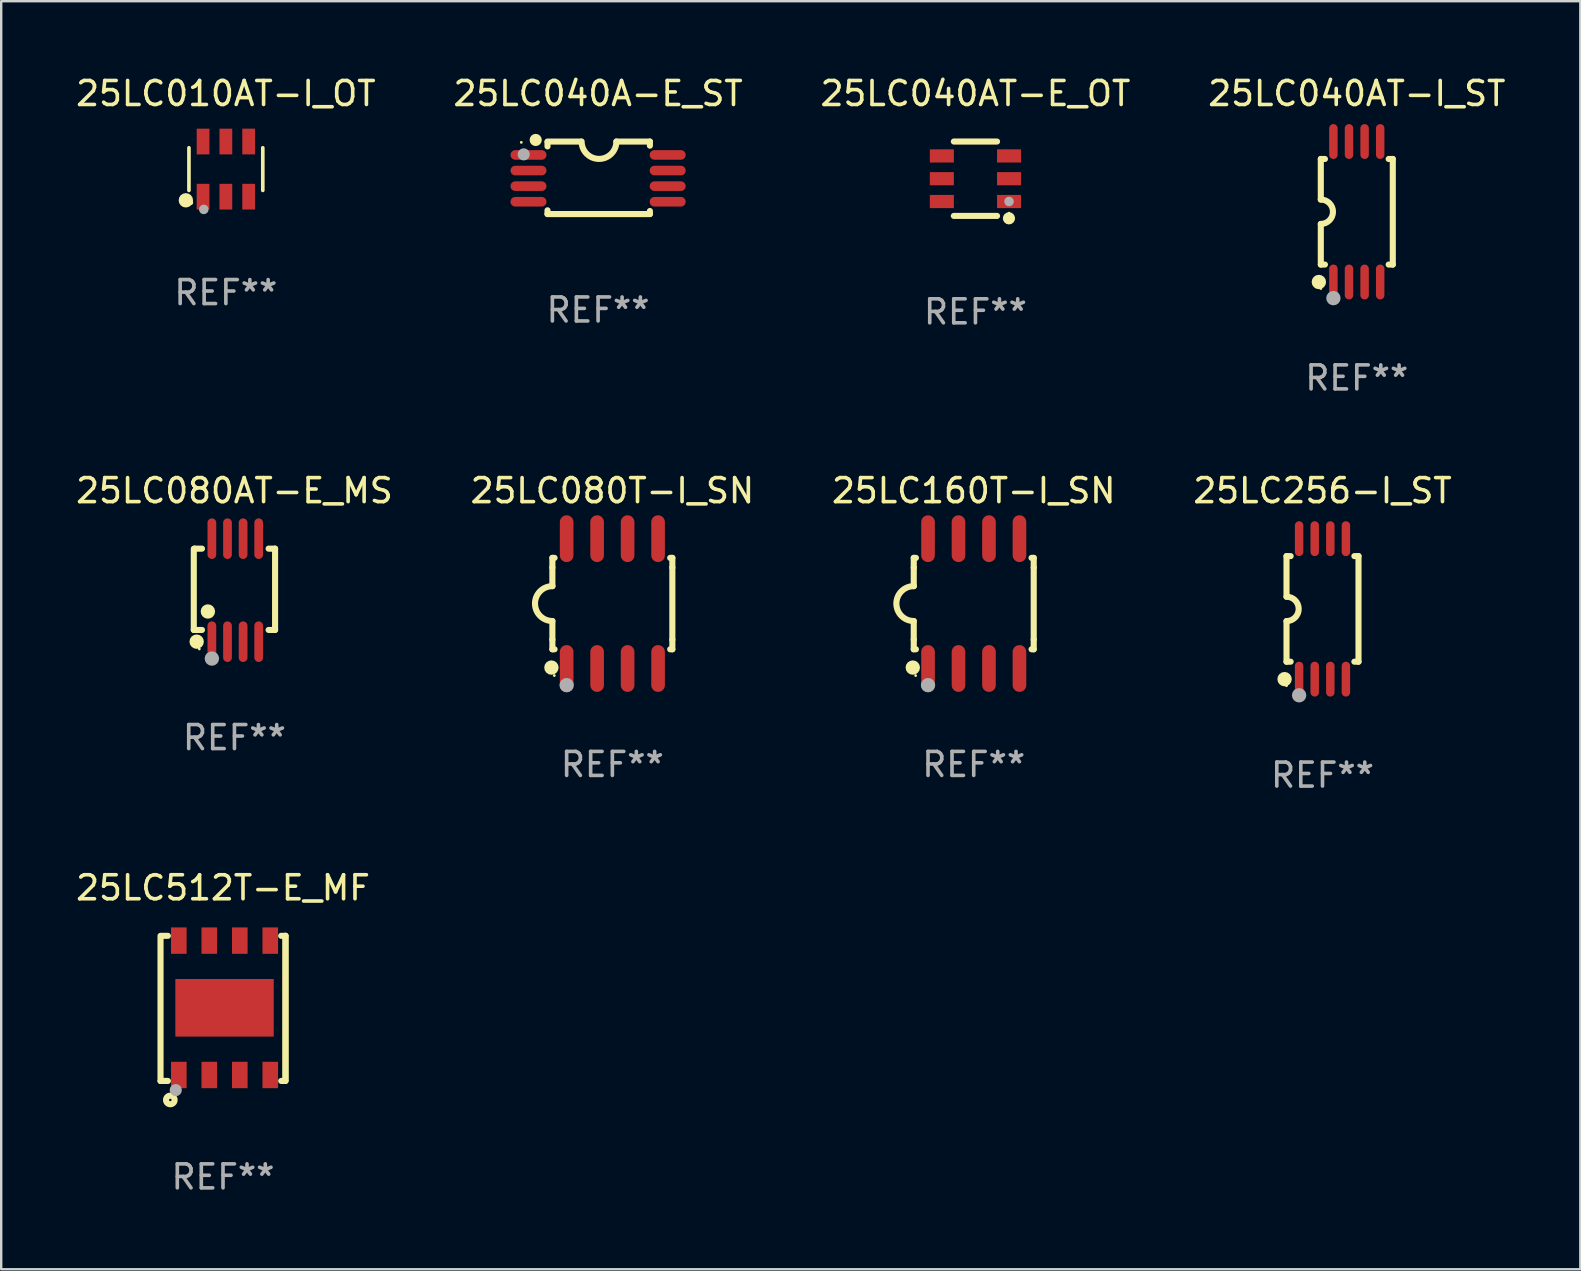
<source format=kicad_pcb>
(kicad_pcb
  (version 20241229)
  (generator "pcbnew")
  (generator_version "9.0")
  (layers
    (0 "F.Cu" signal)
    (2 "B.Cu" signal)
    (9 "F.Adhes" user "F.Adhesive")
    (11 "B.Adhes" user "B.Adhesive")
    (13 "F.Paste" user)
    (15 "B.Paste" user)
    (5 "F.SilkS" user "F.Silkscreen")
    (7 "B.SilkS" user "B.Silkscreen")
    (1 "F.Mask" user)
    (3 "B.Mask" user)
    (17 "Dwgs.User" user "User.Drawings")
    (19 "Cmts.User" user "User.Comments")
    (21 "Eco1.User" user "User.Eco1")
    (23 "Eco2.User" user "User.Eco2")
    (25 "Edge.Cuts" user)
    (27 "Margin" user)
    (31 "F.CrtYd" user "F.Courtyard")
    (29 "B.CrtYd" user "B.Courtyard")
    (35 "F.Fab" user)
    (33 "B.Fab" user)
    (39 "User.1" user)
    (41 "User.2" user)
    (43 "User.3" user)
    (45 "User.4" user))
  (footprint "25LC010AT-I_OT"
    (layer "F.Cu")
    (at 6.363 3.997)
    (property "Reference" "25LC010AT-I_OT" (at 0 -3.149 0) (layer "F.SilkS") (effects (font (size 1 1) (thickness 0.15))))
    (attr through_hole)
    (fp_line (start -1.539 0.889) (end -1.539 -0.889) (stroke (width 0.152) (type solid)) (layer "F.SilkS"))
    (fp_line (start 1.539 0.889) (end 1.539 -0.889) (stroke (width 0.152) (type solid)) (layer "F.SilkS"))
    (fp_circle (center -1.668 1.301) (end -1.518 1.301) (stroke (width 0.3) (type solid)) (fill no) (layer "F.SilkS"))
    (fp_circle (center -1.463 1.4) (end -1.413 1.4) (stroke (width 0.1) (type solid)) (fill no) (layer "F.SilkS"))
    (fp_circle (center -0.92 1.68) (end -0.82 1.68) (stroke (width 0.2) (type solid)) (fill no) (layer "F.Fab"))
    (fp_text user "REF**" (at 0 5.149 0) (layer "F.Fab") (effects (font (size 1 1) (thickness 0.15))))
    (pad "1" smd rect (at -0.95 1.149) (size 0.532 1.072) (layers "F.Cu" "F.Mask" "F.Paste"))
    (pad "2" smd rect (at 0 1.149) (size 0.532 1.072) (layers "F.Cu" "F.Mask" "F.Paste"))
    (pad "3" smd rect (at 0.95 1.149) (size 0.532 1.072) (layers "F.Cu" "F.Mask" "F.Paste"))
    (pad "4" smd rect (at 0.95 -1.149) (size 0.532 1.072) (layers "F.Cu" "F.Mask" "F.Paste"))
    (pad "5" smd rect (at 0 -1.149) (size 0.532 1.072) (layers "F.Cu" "F.Mask" "F.Paste"))
    (pad "6" smd rect (at -0.95 -1.149) (size 0.532 1.072) (layers "F.Cu" "F.Mask" "F.Paste")))
  (footprint "25LC040AT-E_OT"
    (layer "F.Cu")
    (at 37.601 4.398)
    (property "Reference" "25LC040AT-E_OT" (at 0 -3.55 0) (layer "F.SilkS") (effects (font (size 1 1) (thickness 0.15))))
    (attr through_hole)
    (fp_line (start -0.9 -1.55) (end 0.9 -1.55) (stroke (width 0.254) (type solid)) (layer "F.SilkS"))
    (fp_line (start -0.9 1.55) (end 0.9 1.55) (stroke (width 0.254) (type solid)) (layer "F.SilkS"))
    (fp_circle (center 1.397 1.651) (end 1.524 1.651) (stroke (width 0.254) (type solid)) (fill no) (layer "F.SilkS"))
    (fp_circle (center 1.4 1.435) (end 1.43 1.435) (stroke (width 0.06) (type solid)) (fill no) (layer "F.SilkS"))
    (fp_circle (center 1.4 0.95) (end 1.5 0.95) (stroke (width 0.2) (type solid)) (fill no) (layer "F.Fab"))
    (fp_text user "REF**" (at 0 5.55 0) (layer "F.Fab") (effects (font (size 1 1) (thickness 0.15))))
    (pad "1" smd rect (at 1.4 0.95) (size 1 0.55) (layers "F.Cu" "F.Mask" "F.Paste"))
    (pad "2" smd rect (at 1.4 -0.000102) (size 1 0.55) (layers "F.Cu" "F.Mask" "F.Paste"))
    (pad "3" smd rect (at 1.4 -0.95) (size 1 0.55) (layers "F.Cu" "F.Mask" "F.Paste"))
    (pad "4" smd rect (at -1.4 -0.95) (size 1 0.55) (layers "F.Cu" "F.Mask" "F.Paste"))
    (pad "5" smd rect (at -1.4 -0.000102) (size 1 0.55) (layers "F.Cu" "F.Mask" "F.Paste"))
    (pad "6" smd rect (at -1.4 0.95) (size 1 0.55) (layers "F.Cu" "F.Mask" "F.Paste")))
  (footprint "25LC080T-I_SN"
    (layer "F.Cu")
    (at 22.47 22.104)
    (property "Reference" "25LC080T-I_SN" (at 0 -4.705 0) (layer "F.SilkS") (effects (font (size 1 1) (thickness 0.15))))
    (attr through_hole)
    (fp_line (start -2.5 -1.905) (end -2.409 -1.905) (stroke (width 0.254) (type solid)) (layer "F.SilkS"))
    (fp_line (start -2.5 -1.5) (end -2.5 -1.905) (stroke (width 0.254) (type solid)) (layer "F.SilkS"))
    (fp_line (start -2.5 -1.5) (end -2.5 -0.726) (stroke (width 0.254) (type solid)) (layer "F.SilkS"))
    (fp_line (start -2.5 1.5) (end -2.5 0.727) (stroke (width 0.254) (type solid)) (layer "F.SilkS"))
    (fp_line (start -2.5 1.5) (end -2.5 1.905) (stroke (width 0.254) (type solid)) (layer "F.SilkS"))
    (fp_line (start -2.5 1.905) (end -2.409 1.905) (stroke (width 0.254) (type solid)) (layer "F.SilkS"))
    (fp_line (start 2.5 -1.905) (end 2.409 -1.905) (stroke (width 0.254) (type solid)) (layer "F.SilkS"))
    (fp_line (start 2.5 -1.5) (end 2.5 -1.905) (stroke (width 0.254) (type solid)) (layer "F.SilkS"))
    (fp_line (start 2.5 -1.5) (end 2.5 1.5) (stroke (width 0.254) (type solid)) (layer "F.SilkS"))
    (fp_line (start 2.5 1.5) (end 2.5 1.905) (stroke (width 0.254) (type solid)) (layer "F.SilkS"))
    (fp_line (start 2.5 1.905) (end 2.409 1.905) (stroke (width 0.254) (type solid)) (layer "F.SilkS"))
    (fp_arc (start -2.5 0.726568) (mid -3.220316 -0.0023) (end -2.495097 -0.726289) (stroke (width 0.254001) (type solid)) (layer "F.SilkS"))
    (fp_circle (center -2.54 2.667) (end -2.39 2.667) (stroke (width 0.3) (type solid)) (fill no) (layer "F.SilkS"))
    (fp_circle (center -2.42 3) (end -2.39 3) (stroke (width 0.06) (type solid)) (fill no) (layer "F.SilkS"))
    (fp_circle (center -1.905 3.4) (end -1.755 3.4) (stroke (width 0.3) (type solid)) (fill no) (layer "F.Fab"))
    (fp_text user "REF**" (at 0 6.705 0) (layer "F.Fab") (effects (font (size 1 1) (thickness 0.15))))
    (pad "1" smd oval (at -1.905 2.705) (size 0.568 1.95) (layers "F.Cu" "F.Mask" "F.Paste"))
    (pad "2" smd oval (at -0.635 2.705) (size 0.568 1.95) (layers "F.Cu" "F.Mask" "F.Paste"))
    (pad "3" smd oval (at 0.635 2.705) (size 0.568 1.95) (layers "F.Cu" "F.Mask" "F.Paste"))
    (pad "4" smd oval (at 1.905 2.705) (size 0.568 1.95) (layers "F.Cu" "F.Mask" "F.Paste"))
    (pad "5" smd oval (at 1.905 -2.705) (size 0.568 1.95) (layers "F.Cu" "F.Mask" "F.Paste"))
    (pad "6" smd oval (at 0.635 -2.705) (size 0.568 1.95) (layers "F.Cu" "F.Mask" "F.Paste"))
    (pad "7" smd oval (at -0.635 -2.705) (size 0.568 1.95) (layers "F.Cu" "F.Mask" "F.Paste"))
    (pad "8" smd oval (at -1.905 -2.705) (size 0.568 1.95) (layers "F.Cu" "F.Mask" "F.Paste")))
  (footprint "25LC256-I_ST"
    (layer "F.Cu")
    (at 52.065 22.326)
    (property "Reference" "25LC256-I_ST" (at 0 -4.927 0) (layer "F.SilkS") (effects (font (size 1 1) (thickness 0.15))))
    (attr through_hole)
    (fp_line (start -1.5 -2.2) (end -1.5 -0.508) (stroke (width 0.254) (type solid)) (layer "F.SilkS"))
    (fp_line (start -1.5 -2.2) (end -1.328 -2.2) (stroke (width 0.254) (type solid)) (layer "F.SilkS"))
    (fp_line (start -1.5 2.2) (end -1.5 0.508) (stroke (width 0.254) (type solid)) (layer "F.SilkS"))
    (fp_line (start -1.5 2.2) (end -1.328 2.2) (stroke (width 0.254) (type solid)) (layer "F.SilkS"))
    (fp_line (start 1.328 -2.2) (end 1.5 -2.2) (stroke (width 0.254) (type solid)) (layer "F.SilkS"))
    (fp_line (start 1.328 2.2) (end 1.5 2.2) (stroke (width 0.254) (type solid)) (layer "F.SilkS"))
    (fp_line (start 1.5 -2.2) (end 1.5 2.2) (stroke (width 0.254) (type solid)) (layer "F.SilkS"))
    (fp_arc (start -1.501144 -0.508) (mid -0.993143 -0.000571) (end -1.5 0.508001) (stroke (width 0.254001) (type solid)) (layer "F.SilkS"))
    (fp_circle (center -1.581 2.927) (end -1.431 2.927) (stroke (width 0.3) (type solid)) (fill no) (layer "F.SilkS"))
    (fp_circle (center -1.5 3.2) (end -1.47 3.2) (stroke (width 0.06) (type solid)) (fill no) (layer "F.SilkS"))
    (fp_circle (center -0.975 3.6) (end -0.825 3.6) (stroke (width 0.3) (type solid)) (fill no) (layer "F.Fab"))
    (fp_text user "REF**" (at 0 6.927 0) (layer "F.Fab") (effects (font (size 1 1) (thickness 0.15))))
    (pad "1" smd oval (at -0.975 2.927) (size 0.353 1.454) (layers "F.Cu" "F.Mask" "F.Paste"))
    (pad "2" smd oval (at -0.325 2.927) (size 0.353 1.454) (layers "F.Cu" "F.Mask" "F.Paste"))
    (pad "3" smd oval (at 0.325 2.927) (size 0.353 1.454) (layers "F.Cu" "F.Mask" "F.Paste"))
    (pad "4" smd oval (at 0.975 2.927) (size 0.353 1.454) (layers "F.Cu" "F.Mask" "F.Paste"))
    (pad "5" smd oval (at 0.975 -2.927) (size 0.353 1.454) (layers "F.Cu" "F.Mask" "F.Paste"))
    (pad "6" smd oval (at 0.325 -2.927) (size 0.353 1.454) (layers "F.Cu" "F.Mask" "F.Paste"))
    (pad "7" smd oval (at -0.325 -2.927) (size 0.353 1.454) (layers "F.Cu" "F.Mask" "F.Paste"))
    (pad "8" smd oval (at -0.975 -2.927) (size 0.353 1.454) (layers "F.Cu" "F.Mask" "F.Paste")))
  (footprint "25LC040AT-I_ST"
    (layer "F.Cu")
    (at 53.494 5.775)
    (property "Reference" "25LC040AT-I_ST" (at 0 -4.927 0) (layer "F.SilkS") (effects (font (size 1 1) (thickness 0.15))))
    (attr through_hole)
    (fp_line (start -1.5 -2.2) (end -1.5 -0.508) (stroke (width 0.254) (type solid)) (layer "F.SilkS"))
    (fp_line (start -1.5 -2.2) (end -1.328 -2.2) (stroke (width 0.254) (type solid)) (layer "F.SilkS"))
    (fp_line (start -1.5 2.2) (end -1.5 0.508) (stroke (width 0.254) (type solid)) (layer "F.SilkS"))
    (fp_line (start -1.5 2.2) (end -1.328 2.2) (stroke (width 0.254) (type solid)) (layer "F.SilkS"))
    (fp_line (start 1.328 -2.2) (end 1.5 -2.2) (stroke (width 0.254) (type solid)) (layer "F.SilkS"))
    (fp_line (start 1.328 2.2) (end 1.5 2.2) (stroke (width 0.254) (type solid)) (layer "F.SilkS"))
    (fp_line (start 1.5 -2.2) (end 1.5 2.2) (stroke (width 0.254) (type solid)) (layer "F.SilkS"))
    (fp_arc (start -1.501144 -0.508) (mid -0.993143 -0.000571) (end -1.5 0.508001) (stroke (width 0.254001) (type solid)) (layer "F.SilkS"))
    (fp_circle (center -1.581 2.927) (end -1.431 2.927) (stroke (width 0.3) (type solid)) (fill no) (layer "F.SilkS"))
    (fp_circle (center -1.5 3.2) (end -1.47 3.2) (stroke (width 0.06) (type solid)) (fill no) (layer "F.SilkS"))
    (fp_circle (center -0.975 3.6) (end -0.825 3.6) (stroke (width 0.3) (type solid)) (fill no) (layer "F.Fab"))
    (fp_text user "REF**" (at 0 6.927 0) (layer "F.Fab") (effects (font (size 1 1) (thickness 0.15))))
    (pad "1" smd oval (at -0.975 2.927) (size 0.353 1.454) (layers "F.Cu" "F.Mask" "F.Paste"))
    (pad "2" smd oval (at -0.325 2.927) (size 0.353 1.454) (layers "F.Cu" "F.Mask" "F.Paste"))
    (pad "3" smd oval (at 0.325 2.927) (size 0.353 1.454) (layers "F.Cu" "F.Mask" "F.Paste"))
    (pad "4" smd oval (at 0.975 2.927) (size 0.353 1.454) (layers "F.Cu" "F.Mask" "F.Paste"))
    (pad "5" smd oval (at 0.975 -2.927) (size 0.353 1.454) (layers "F.Cu" "F.Mask" "F.Paste"))
    (pad "6" smd oval (at 0.325 -2.927) (size 0.353 1.454) (layers "F.Cu" "F.Mask" "F.Paste"))
    (pad "7" smd oval (at -0.325 -2.927) (size 0.353 1.454) (layers "F.Cu" "F.Mask" "F.Paste"))
    (pad "8" smd oval (at -0.975 -2.927) (size 0.353 1.454) (layers "F.Cu" "F.Mask" "F.Paste")))
  (footprint "25LC512T-E_MF"
    (layer "F.Cu")
    (at 6.244 38.974)
    (property "Reference" "25LC512T-E_MF" (at 0 -5.024 0) (layer "F.SilkS") (effects (font (size 1 1) (thickness 0.15))))
    (attr through_hole)
    (fp_line (start -2.604 -2.945) (end -2.604 3.024) (stroke (width 0.254) (type solid)) (layer "F.SilkS"))
    (fp_line (start -2.604 3.024) (end -2.298 3.024) (stroke (width 0.254) (type solid)) (layer "F.SilkS"))
    (fp_line (start -2.298 -3.024) (end -2.604 -3.024) (stroke (width 0.254) (type solid)) (layer "F.SilkS"))
    (fp_line (start 2.425 3.024) (end 2.604 3.024) (stroke (width 0.254) (type solid)) (layer "F.SilkS"))
    (fp_line (start 2.604 -3.024) (end 2.425 -3.024) (stroke (width 0.254) (type solid)) (layer "F.SilkS"))
    (fp_line (start 2.604 -3.024) (end 2.604 2.976) (stroke (width 0.254) (type solid)) (layer "F.SilkS"))
    (fp_line (start 2.604 3.024) (end 2.604 -3.024) (stroke (width 0.254) (type solid)) (layer "F.SilkS"))
    (fp_circle (center -2.437 2.976) (end -2.407 2.976) (stroke (width 0.06) (type solid)) (fill no) (layer "F.SilkS"))
    (fp_circle (center -2.196 3.816) (end -2.017 3.816) (stroke (width 0.254) (type solid)) (fill no) (layer "F.SilkS"))
    (fp_circle (center -1.969 3.405) (end -1.842 3.405) (stroke (width 0.254) (type solid)) (fill no) (layer "F.Fab"))
    (fp_text user "REF**" (at 0 7.024 0) (layer "F.Fab") (effects (font (size 1 1) (thickness 0.15))))
    (pad "1" smd rect (at -1.842 2.776) (size 0.65 1.1) (layers "F.Cu" "F.Mask" "F.Paste"))
    (pad "2" smd rect (at -0.572 2.776) (size 0.65 1.1) (layers "F.Cu" "F.Mask" "F.Paste"))
    (pad "3" smd rect (at 0.699 2.776) (size 0.65 1.1) (layers "F.Cu" "F.Mask" "F.Paste"))
    (pad "4" smd rect (at 1.969 2.776) (size 0.65 1.1) (layers "F.Cu" "F.Mask" "F.Paste"))
    (pad "5" smd rect (at 1.969 -2.824) (size 0.65 1.1) (layers "F.Cu" "F.Mask" "F.Paste"))
    (pad "6" smd rect (at 0.699 -2.824) (size 0.65 1.1) (layers "F.Cu" "F.Mask" "F.Paste"))
    (pad "7" smd rect (at -0.572 -2.824) (size 0.65 1.1) (layers "F.Cu" "F.Mask" "F.Paste"))
    (pad "8" smd rect (at -1.842 -2.824) (size 0.65 1.1) (layers "F.Cu" "F.Mask" "F.Paste"))
    (pad "9" smd rect (at 0.064 -0.024) (size 4.1 2.4) (layers "F.Cu" "F.Mask" "F.Paste")))
  (footprint "25LC080AT-E_MS"
    (layer "F.Cu")
    (at 6.72 21.545)
    (property "Reference" "25LC080AT-E_MS" (at 0 -4.146 0) (layer "F.SilkS") (effects (font (size 1 1) (thickness 0.15))))
    (attr through_hole)
    (fp_line (start -1.694 -1.724) (end -1.694 1.652) (stroke (width 0.254) (type solid)) (layer "F.SilkS"))
    (fp_line (start -1.694 1.652) (end -1.688 1.658) (stroke (width 0.254) (type solid)) (layer "F.SilkS"))
    (fp_line (start -1.688 1.658) (end -1.353 1.658) (stroke (width 0.254) (type solid)) (layer "F.SilkS"))
    (fp_line (start -1.661 -1.73) (end -1.681 -1.71) (stroke (width 0.254) (type solid)) (layer "F.SilkS"))
    (fp_line (start -1.353 -1.73) (end -1.661 -1.73) (stroke (width 0.254) (type solid)) (layer "F.SilkS"))
    (fp_line (start 1.424 1.658) (end 1.694 1.658) (stroke (width 0.254) (type solid)) (layer "F.SilkS"))
    (fp_line (start 1.694 -1.73) (end 1.424 -1.73) (stroke (width 0.254) (type solid)) (layer "F.SilkS"))
    (fp_line (start 1.694 1.658) (end 1.694 -1.73) (stroke (width 0.254) (type solid)) (layer "F.SilkS"))
    (fp_circle (center -1.574 2.146) (end -1.424 2.146) (stroke (width 0.3) (type solid)) (fill no) (layer "F.SilkS"))
    (fp_circle (center -1.464 2.45) (end -1.434 2.45) (stroke (width 0.06) (type solid)) (fill no) (layer "F.SilkS"))
    (fp_circle (center -1.107 0.889) (end -0.957 0.889) (stroke (width 0.3) (type solid)) (fill no) (layer "F.SilkS"))
    (fp_circle (center -0.94 2.85) (end -0.789 2.85) (stroke (width 0.3) (type solid)) (fill no) (layer "F.Fab"))
    (fp_text user "REF**" (at 0 6.146 0) (layer "F.Fab") (effects (font (size 1 1) (thickness 0.15))))
    (pad "1" smd oval (at -0.94 2.146) (size 0.364 1.692) (layers "F.Cu" "F.Mask" "F.Paste"))
    (pad "2" smd oval (at -0.289 2.146) (size 0.364 1.692) (layers "F.Cu" "F.Mask" "F.Paste"))
    (pad "3" smd oval (at 0.361 2.146) (size 0.364 1.692) (layers "F.Cu" "F.Mask" "F.Paste"))
    (pad "4" smd oval (at 1.011 2.146) (size 0.364 1.692) (layers "F.Cu" "F.Mask" "F.Paste"))
    (pad "5" smd oval (at 1.011 -2.146) (size 0.364 1.692) (layers "F.Cu" "F.Mask" "F.Paste"))
    (pad "6" smd oval (at 0.361 -2.146) (size 0.364 1.692) (layers "F.Cu" "F.Mask" "F.Paste"))
    (pad "7" smd oval (at -0.289 -2.146) (size 0.364 1.692) (layers "F.Cu" "F.Mask" "F.Paste"))
    (pad "8" smd oval (at -0.94 -2.146) (size 0.364 1.692) (layers "F.Cu" "F.Mask" "F.Paste")))
  (footprint "25LC040A-E_ST"
    (layer "F.Cu")
    (at 21.875 4.36)
    (property "Reference" "25LC040A-E_ST" (at 0 -3.511 0) (layer "F.SilkS") (effects (font (size 1 1) (thickness 0.15))))
    (attr through_hole)
    (fp_line (start -2.108 -1.511) (end -0.711 -1.511) (stroke (width 0.254) (type solid)) (layer "F.SilkS"))
    (fp_line (start -2.108 -1.309) (end -2.108 -1.486) (stroke (width 0.254) (type solid)) (layer "F.SilkS"))
    (fp_line (start -2.108 1.511) (end -2.108 1.355) (stroke (width 0.254) (type solid)) (layer "F.SilkS"))
    (fp_line (start 0.762 -1.511) (end 2.159 -1.511) (stroke (width 0.254) (type solid)) (layer "F.SilkS"))
    (fp_line (start 2.159 -1.511) (end 2.159 -1.339) (stroke (width 0.254) (type solid)) (layer "F.SilkS"))
    (fp_line (start 2.159 1.384) (end 2.159 1.511) (stroke (width 0.254) (type solid)) (layer "F.SilkS"))
    (fp_line (start 2.159 1.511) (end -2.108 1.511) (stroke (width 0.254) (type solid)) (layer "F.SilkS"))
    (fp_arc (start 0.762002 -1.511303) (mid 0.0381 -0.787401) (end -0.685802 -1.511303) (stroke (width 0.254001) (type solid)) (layer "F.SilkS"))
    (fp_circle (center -3.2 -1.477) (end -3.17 -1.477) (stroke (width 0.06) (type solid)) (fill no) (layer "F.SilkS"))
    (fp_circle (center -2.6 -1.577) (end -2.473 -1.577) (stroke (width 0.254) (type solid)) (fill no) (layer "F.SilkS"))
    (fp_circle (center -3.1 -0.977) (end -2.973 -0.977) (stroke (width 0.254) (type solid)) (fill no) (layer "F.Fab"))
    (fp_text user "REF**" (at 0 5.511 0) (layer "F.Fab") (effects (font (size 1 1) (thickness 0.15))))
    (pad "1" smd oval (at -2.9 -0.953 90) (size 0.4 1.5) (layers "F.Cu" "F.Mask" "F.Paste"))
    (pad "2" smd oval (at -2.9 -0.302 90) (size 0.4 1.5) (layers "F.Cu" "F.Mask" "F.Paste"))
    (pad "3" smd oval (at -2.9 0.348 90) (size 0.4 1.5) (layers "F.Cu" "F.Mask" "F.Paste"))
    (pad "4" smd oval (at -2.9 0.998 90) (size 0.4 1.5) (layers "F.Cu" "F.Mask" "F.Paste"))
    (pad "5" smd oval (at 2.9 0.998 90) (size 0.4 1.5) (layers "F.Cu" "F.Mask" "F.Paste"))
    (pad "6" smd oval (at 2.9 0.348 90) (size 0.4 1.5) (layers "F.Cu" "F.Mask" "F.Paste"))
    (pad "7" smd oval (at 2.9 -0.302 90) (size 0.4 1.5) (layers "F.Cu" "F.Mask" "F.Paste"))
    (pad "8" smd oval (at 2.9 -0.953 90) (size 0.4 1.5) (layers "F.Cu" "F.Mask" "F.Paste")))
  (footprint "25LC160T-I_SN"
    (layer "F.Cu")
    (at 37.53 22.104)
    (property "Reference" "25LC160T-I_SN" (at 0 -4.705 0) (layer "F.SilkS") (effects (font (size 1 1) (thickness 0.15))))
    (attr through_hole)
    (fp_line (start -2.5 -1.905) (end -2.409 -1.905) (stroke (width 0.254) (type solid)) (layer "F.SilkS"))
    (fp_line (start -2.5 -1.5) (end -2.5 -1.905) (stroke (width 0.254) (type solid)) (layer "F.SilkS"))
    (fp_line (start -2.5 -1.5) (end -2.5 -0.726) (stroke (width 0.254) (type solid)) (layer "F.SilkS"))
    (fp_line (start -2.5 1.5) (end -2.5 0.727) (stroke (width 0.254) (type solid)) (layer "F.SilkS"))
    (fp_line (start -2.5 1.5) (end -2.5 1.905) (stroke (width 0.254) (type solid)) (layer "F.SilkS"))
    (fp_line (start -2.5 1.905) (end -2.409 1.905) (stroke (width 0.254) (type solid)) (layer "F.SilkS"))
    (fp_line (start 2.5 -1.905) (end 2.409 -1.905) (stroke (width 0.254) (type solid)) (layer "F.SilkS"))
    (fp_line (start 2.5 -1.5) (end 2.5 -1.905) (stroke (width 0.254) (type solid)) (layer "F.SilkS"))
    (fp_line (start 2.5 -1.5) (end 2.5 1.5) (stroke (width 0.254) (type solid)) (layer "F.SilkS"))
    (fp_line (start 2.5 1.5) (end 2.5 1.905) (stroke (width 0.254) (type solid)) (layer "F.SilkS"))
    (fp_line (start 2.5 1.905) (end 2.409 1.905) (stroke (width 0.254) (type solid)) (layer "F.SilkS"))
    (fp_arc (start -2.5 0.726568) (mid -3.220316 -0.0023) (end -2.495097 -0.726289) (stroke (width 0.254001) (type solid)) (layer "F.SilkS"))
    (fp_circle (center -2.54 2.667) (end -2.39 2.667) (stroke (width 0.3) (type solid)) (fill no) (layer "F.SilkS"))
    (fp_circle (center -2.42 3) (end -2.39 3) (stroke (width 0.06) (type solid)) (fill no) (layer "F.SilkS"))
    (fp_circle (center -1.905 3.4) (end -1.755 3.4) (stroke (width 0.3) (type solid)) (fill no) (layer "F.Fab"))
    (fp_text user "REF**" (at 0 6.705 0) (layer "F.Fab") (effects (font (size 1 1) (thickness 0.15))))
    (pad "1" smd oval (at -1.905 2.705) (size 0.568 1.95) (layers "F.Cu" "F.Mask" "F.Paste"))
    (pad "2" smd oval (at -0.635 2.705) (size 0.568 1.95) (layers "F.Cu" "F.Mask" "F.Paste"))
    (pad "3" smd oval (at 0.635 2.705) (size 0.568 1.95) (layers "F.Cu" "F.Mask" "F.Paste"))
    (pad "4" smd oval (at 1.905 2.705) (size 0.568 1.95) (layers "F.Cu" "F.Mask" "F.Paste"))
    (pad "5" smd oval (at 1.905 -2.705) (size 0.568 1.95) (layers "F.Cu" "F.Mask" "F.Paste"))
    (pad "6" smd oval (at 0.635 -2.705) (size 0.568 1.95) (layers "F.Cu" "F.Mask" "F.Paste"))
    (pad "7" smd oval (at -0.635 -2.705) (size 0.568 1.95) (layers "F.Cu" "F.Mask" "F.Paste"))
    (pad "8" smd oval (at -1.905 -2.705) (size 0.568 1.95) (layers "F.Cu" "F.Mask" "F.Paste")))
  (gr_rect
    (start -3 -3)
    (end 62.81 49.846)
    (stroke (width 0.1) (type default))
    (fill no)
    (layer "Edge.Cuts")))
</source>
